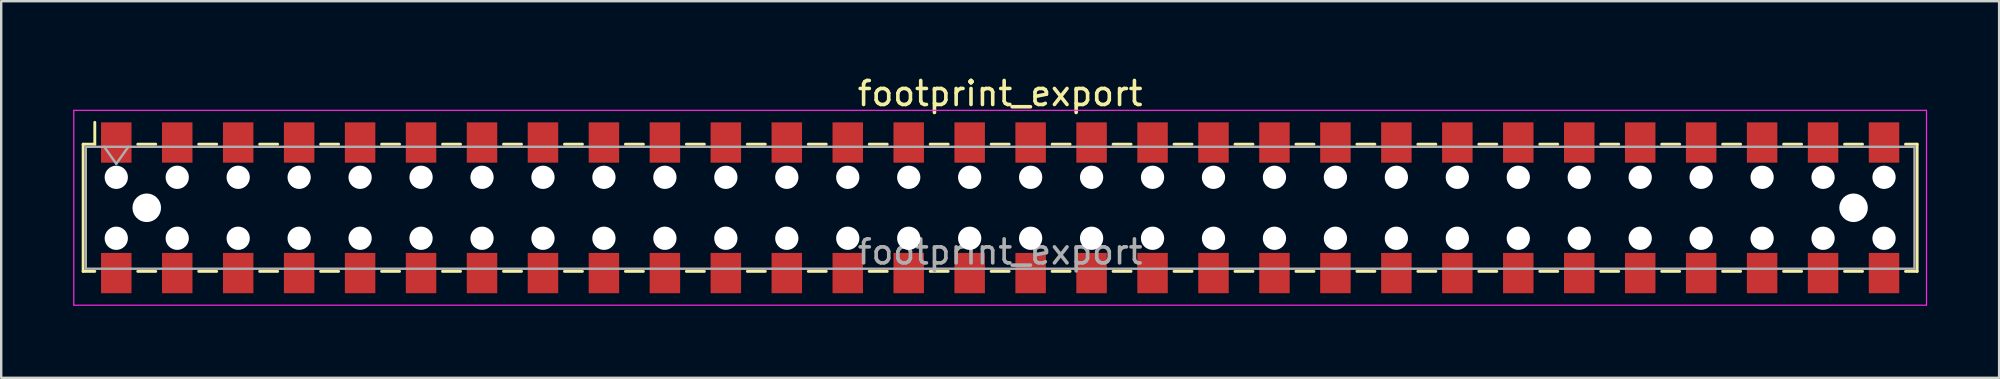
<source format=kicad_pcb>
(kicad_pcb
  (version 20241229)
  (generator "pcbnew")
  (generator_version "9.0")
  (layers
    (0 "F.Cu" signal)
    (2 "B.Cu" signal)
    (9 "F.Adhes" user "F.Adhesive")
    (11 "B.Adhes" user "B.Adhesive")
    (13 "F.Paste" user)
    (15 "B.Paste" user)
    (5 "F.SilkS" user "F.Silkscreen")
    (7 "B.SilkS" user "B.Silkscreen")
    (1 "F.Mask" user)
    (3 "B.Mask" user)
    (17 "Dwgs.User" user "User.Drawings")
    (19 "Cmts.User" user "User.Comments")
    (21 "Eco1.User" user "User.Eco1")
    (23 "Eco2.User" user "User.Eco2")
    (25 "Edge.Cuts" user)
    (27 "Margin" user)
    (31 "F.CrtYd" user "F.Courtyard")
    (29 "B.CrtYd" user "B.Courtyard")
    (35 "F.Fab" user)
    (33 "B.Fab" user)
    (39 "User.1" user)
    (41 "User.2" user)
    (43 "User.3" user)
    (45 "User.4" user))
  (footprint "footprint_export"
    (layer "F.Cu")
    (at 38.625 5.608)
    (property "Reference" "footprint_export" (at 0 -4.76 0) (layer "F.SilkS") (effects (font (size 1 1) (thickness 0.15))))
    (attr smd)
    (fp_line (start -38.21 -2.65) (end -38.21 2.65) (stroke (width 0.12) (type solid)) (layer "F.SilkS"))
    (fp_line (start -38.21 2.65) (end -37.725 2.65) (stroke (width 0.12) (type solid)) (layer "F.SilkS"))
    (fp_line (start -37.725 -3.56) (end -37.725 -2.65) (stroke (width 0.12) (type solid)) (layer "F.SilkS"))
    (fp_line (start -37.725 -2.65) (end -38.21 -2.65) (stroke (width 0.12) (type solid)) (layer "F.SilkS"))
    (fp_line (start -35.935 -2.65) (end -35.185 -2.65) (stroke (width 0.12) (type solid)) (layer "F.SilkS"))
    (fp_line (start -35.935 2.65) (end -35.185 2.65) (stroke (width 0.12) (type solid)) (layer "F.SilkS"))
    (fp_line (start -33.395 -2.65) (end -32.645 -2.65) (stroke (width 0.12) (type solid)) (layer "F.SilkS"))
    (fp_line (start -33.395 2.65) (end -32.645 2.65) (stroke (width 0.12) (type solid)) (layer "F.SilkS"))
    (fp_line (start -30.855 -2.65) (end -30.105 -2.65) (stroke (width 0.12) (type solid)) (layer "F.SilkS"))
    (fp_line (start -30.855 2.65) (end -30.105 2.65) (stroke (width 0.12) (type solid)) (layer "F.SilkS"))
    (fp_line (start -28.315 -2.65) (end -27.565 -2.65) (stroke (width 0.12) (type solid)) (layer "F.SilkS"))
    (fp_line (start -28.315 2.65) (end -27.565 2.65) (stroke (width 0.12) (type solid)) (layer "F.SilkS"))
    (fp_line (start -25.775 -2.65) (end -25.025 -2.65) (stroke (width 0.12) (type solid)) (layer "F.SilkS"))
    (fp_line (start -25.775 2.65) (end -25.025 2.65) (stroke (width 0.12) (type solid)) (layer "F.SilkS"))
    (fp_line (start -23.235 -2.65) (end -22.485 -2.65) (stroke (width 0.12) (type solid)) (layer "F.SilkS"))
    (fp_line (start -23.235 2.65) (end -22.485 2.65) (stroke (width 0.12) (type solid)) (layer "F.SilkS"))
    (fp_line (start -20.695 -2.65) (end -19.945 -2.65) (stroke (width 0.12) (type solid)) (layer "F.SilkS"))
    (fp_line (start -20.695 2.65) (end -19.945 2.65) (stroke (width 0.12) (type solid)) (layer "F.SilkS"))
    (fp_line (start -18.155 -2.65) (end -17.405 -2.65) (stroke (width 0.12) (type solid)) (layer "F.SilkS"))
    (fp_line (start -18.155 2.65) (end -17.405 2.65) (stroke (width 0.12) (type solid)) (layer "F.SilkS"))
    (fp_line (start -15.615 -2.65) (end -14.865 -2.65) (stroke (width 0.12) (type solid)) (layer "F.SilkS"))
    (fp_line (start -15.615 2.65) (end -14.865 2.65) (stroke (width 0.12) (type solid)) (layer "F.SilkS"))
    (fp_line (start -13.075 -2.65) (end -12.325 -2.65) (stroke (width 0.12) (type solid)) (layer "F.SilkS"))
    (fp_line (start -13.075 2.65) (end -12.325 2.65) (stroke (width 0.12) (type solid)) (layer "F.SilkS"))
    (fp_line (start -10.535 -2.65) (end -9.785 -2.65) (stroke (width 0.12) (type solid)) (layer "F.SilkS"))
    (fp_line (start -10.535 2.65) (end -9.785 2.65) (stroke (width 0.12) (type solid)) (layer "F.SilkS"))
    (fp_line (start -7.995 -2.65) (end -7.245 -2.65) (stroke (width 0.12) (type solid)) (layer "F.SilkS"))
    (fp_line (start -7.995 2.65) (end -7.245 2.65) (stroke (width 0.12) (type solid)) (layer "F.SilkS"))
    (fp_line (start -5.455 -2.65) (end -4.705 -2.65) (stroke (width 0.12) (type solid)) (layer "F.SilkS"))
    (fp_line (start -5.455 2.65) (end -4.705 2.65) (stroke (width 0.12) (type solid)) (layer "F.SilkS"))
    (fp_line (start -2.915 -2.65) (end -2.165 -2.65) (stroke (width 0.12) (type solid)) (layer "F.SilkS"))
    (fp_line (start -2.915 2.65) (end -2.165 2.65) (stroke (width 0.12) (type solid)) (layer "F.SilkS"))
    (fp_line (start -0.375 -2.65) (end 0.375 -2.65) (stroke (width 0.12) (type solid)) (layer "F.SilkS"))
    (fp_line (start -0.375 2.65) (end 0.375 2.65) (stroke (width 0.12) (type solid)) (layer "F.SilkS"))
    (fp_line (start 2.165 -2.65) (end 2.915 -2.65) (stroke (width 0.12) (type solid)) (layer "F.SilkS"))
    (fp_line (start 2.165 2.65) (end 2.915 2.65) (stroke (width 0.12) (type solid)) (layer "F.SilkS"))
    (fp_line (start 4.705 -2.65) (end 5.455 -2.65) (stroke (width 0.12) (type solid)) (layer "F.SilkS"))
    (fp_line (start 4.705 2.65) (end 5.455 2.65) (stroke (width 0.12) (type solid)) (layer "F.SilkS"))
    (fp_line (start 7.245 -2.65) (end 7.995 -2.65) (stroke (width 0.12) (type solid)) (layer "F.SilkS"))
    (fp_line (start 7.245 2.65) (end 7.995 2.65) (stroke (width 0.12) (type solid)) (layer "F.SilkS"))
    (fp_line (start 9.785 -2.65) (end 10.535 -2.65) (stroke (width 0.12) (type solid)) (layer "F.SilkS"))
    (fp_line (start 9.785 2.65) (end 10.535 2.65) (stroke (width 0.12) (type solid)) (layer "F.SilkS"))
    (fp_line (start 12.325 -2.65) (end 13.075 -2.65) (stroke (width 0.12) (type solid)) (layer "F.SilkS"))
    (fp_line (start 12.325 2.65) (end 13.075 2.65) (stroke (width 0.12) (type solid)) (layer "F.SilkS"))
    (fp_line (start 14.865 -2.65) (end 15.615 -2.65) (stroke (width 0.12) (type solid)) (layer "F.SilkS"))
    (fp_line (start 14.865 2.65) (end 15.615 2.65) (stroke (width 0.12) (type solid)) (layer "F.SilkS"))
    (fp_line (start 17.405 -2.65) (end 18.155 -2.65) (stroke (width 0.12) (type solid)) (layer "F.SilkS"))
    (fp_line (start 17.405 2.65) (end 18.155 2.65) (stroke (width 0.12) (type solid)) (layer "F.SilkS"))
    (fp_line (start 19.945 -2.65) (end 20.695 -2.65) (stroke (width 0.12) (type solid)) (layer "F.SilkS"))
    (fp_line (start 19.945 2.65) (end 20.695 2.65) (stroke (width 0.12) (type solid)) (layer "F.SilkS"))
    (fp_line (start 22.485 -2.65) (end 23.235 -2.65) (stroke (width 0.12) (type solid)) (layer "F.SilkS"))
    (fp_line (start 22.485 2.65) (end 23.235 2.65) (stroke (width 0.12) (type solid)) (layer "F.SilkS"))
    (fp_line (start 25.025 -2.65) (end 25.775 -2.65) (stroke (width 0.12) (type solid)) (layer "F.SilkS"))
    (fp_line (start 25.025 2.65) (end 25.775 2.65) (stroke (width 0.12) (type solid)) (layer "F.SilkS"))
    (fp_line (start 27.565 -2.65) (end 28.315 -2.65) (stroke (width 0.12) (type solid)) (layer "F.SilkS"))
    (fp_line (start 27.565 2.65) (end 28.315 2.65) (stroke (width 0.12) (type solid)) (layer "F.SilkS"))
    (fp_line (start 30.105 -2.65) (end 30.855 -2.65) (stroke (width 0.12) (type solid)) (layer "F.SilkS"))
    (fp_line (start 30.105 2.65) (end 30.855 2.65) (stroke (width 0.12) (type solid)) (layer "F.SilkS"))
    (fp_line (start 32.645 -2.65) (end 33.395 -2.65) (stroke (width 0.12) (type solid)) (layer "F.SilkS"))
    (fp_line (start 32.645 2.65) (end 33.395 2.65) (stroke (width 0.12) (type solid)) (layer "F.SilkS"))
    (fp_line (start 35.185 -2.65) (end 35.935 -2.65) (stroke (width 0.12) (type solid)) (layer "F.SilkS"))
    (fp_line (start 35.185 2.65) (end 35.935 2.65) (stroke (width 0.12) (type solid)) (layer "F.SilkS"))
    (fp_line (start 37.725 -2.65) (end 38.21 -2.65) (stroke (width 0.12) (type solid)) (layer "F.SilkS"))
    (fp_line (start 38.21 -2.65) (end 38.21 2.65) (stroke (width 0.12) (type solid)) (layer "F.SilkS"))
    (fp_line (start 38.21 2.65) (end 37.725 2.65) (stroke (width 0.12) (type solid)) (layer "F.SilkS"))
    (fp_line (start -38.6 -4.06) (end 38.6 -4.06) (stroke (width 0.05) (type solid)) (layer "F.CrtYd"))
    (fp_line (start -38.6 4.06) (end -38.6 -4.06) (stroke (width 0.05) (type solid)) (layer "F.CrtYd"))
    (fp_line (start 38.6 -4.06) (end 38.6 4.06) (stroke (width 0.05) (type solid)) (layer "F.CrtYd"))
    (fp_line (start 38.6 4.06) (end -38.6 4.06) (stroke (width 0.05) (type solid)) (layer "F.CrtYd"))
    (fp_line (start -38.1 -2.54) (end 38.1 -2.54) (stroke (width 0.1) (type solid)) (layer "F.Fab"))
    (fp_line (start -38.1 2.54) (end -38.1 -2.54) (stroke (width 0.1) (type solid)) (layer "F.Fab"))
    (fp_line (start -37.33 -2.54) (end -36.83 -1.833) (stroke (width 0.1) (type solid)) (layer "F.Fab"))
    (fp_line (start -36.83 -1.833) (end -36.33 -2.54) (stroke (width 0.1) (type solid)) (layer "F.Fab"))
    (fp_line (start 38.1 -2.54) (end 38.1 2.54) (stroke (width 0.1) (type solid)) (layer "F.Fab"))
    (fp_line (start 38.1 2.54) (end -38.1 2.54) (stroke (width 0.1) (type solid)) (layer "F.Fab"))
    (fp_text user "${REFERENCE}" (at 0 1.84 0) (layer "F.Fab") (effects (font (size 1 1) (thickness 0.15))))
    (pad "" np_thru_hole circle (at -36.83 -1.27) (size 0.97 0.97) (drill 0.97) (layers "*.Cu" "*.Mask"))
    (pad "" np_thru_hole circle (at -36.83 1.27) (size 0.97 0.97) (drill 0.97) (layers "*.Cu" "*.Mask"))
    (pad "" np_thru_hole circle (at -35.56 0) (size 1.19 1.19) (drill 1.19) (layers "*.Cu" "*.Mask"))
    (pad "" np_thru_hole circle (at -34.29 -1.27) (size 0.97 0.97) (drill 0.97) (layers "*.Cu" "*.Mask"))
    (pad "" np_thru_hole circle (at -34.29 1.27) (size 0.97 0.97) (drill 0.97) (layers "*.Cu" "*.Mask"))
    (pad "" np_thru_hole circle (at -31.75 -1.27) (size 0.97 0.97) (drill 0.97) (layers "*.Cu" "*.Mask"))
    (pad "" np_thru_hole circle (at -31.75 1.27) (size 0.97 0.97) (drill 0.97) (layers "*.Cu" "*.Mask"))
    (pad "" np_thru_hole circle (at -29.21 -1.27) (size 0.97 0.97) (drill 0.97) (layers "*.Cu" "*.Mask"))
    (pad "" np_thru_hole circle (at -29.21 1.27) (size 0.97 0.97) (drill 0.97) (layers "*.Cu" "*.Mask"))
    (pad "" np_thru_hole circle (at -26.67 -1.27) (size 0.97 0.97) (drill 0.97) (layers "*.Cu" "*.Mask"))
    (pad "" np_thru_hole circle (at -26.67 1.27) (size 0.97 0.97) (drill 0.97) (layers "*.Cu" "*.Mask"))
    (pad "" np_thru_hole circle (at -24.13 -1.27) (size 0.97 0.97) (drill 0.97) (layers "*.Cu" "*.Mask"))
    (pad "" np_thru_hole circle (at -24.13 1.27) (size 0.97 0.97) (drill 0.97) (layers "*.Cu" "*.Mask"))
    (pad "" np_thru_hole circle (at -21.59 -1.27) (size 0.97 0.97) (drill 0.97) (layers "*.Cu" "*.Mask"))
    (pad "" np_thru_hole circle (at -21.59 1.27) (size 0.97 0.97) (drill 0.97) (layers "*.Cu" "*.Mask"))
    (pad "" np_thru_hole circle (at -19.05 -1.27) (size 0.97 0.97) (drill 0.97) (layers "*.Cu" "*.Mask"))
    (pad "" np_thru_hole circle (at -19.05 1.27) (size 0.97 0.97) (drill 0.97) (layers "*.Cu" "*.Mask"))
    (pad "" np_thru_hole circle (at -16.51 -1.27) (size 0.97 0.97) (drill 0.97) (layers "*.Cu" "*.Mask"))
    (pad "" np_thru_hole circle (at -16.51 1.27) (size 0.97 0.97) (drill 0.97) (layers "*.Cu" "*.Mask"))
    (pad "" np_thru_hole circle (at -13.97 -1.27) (size 0.97 0.97) (drill 0.97) (layers "*.Cu" "*.Mask"))
    (pad "" np_thru_hole circle (at -13.97 1.27) (size 0.97 0.97) (drill 0.97) (layers "*.Cu" "*.Mask"))
    (pad "" np_thru_hole circle (at -11.43 -1.27) (size 0.97 0.97) (drill 0.97) (layers "*.Cu" "*.Mask"))
    (pad "" np_thru_hole circle (at -11.43 1.27) (size 0.97 0.97) (drill 0.97) (layers "*.Cu" "*.Mask"))
    (pad "" np_thru_hole circle (at -8.89 -1.27) (size 0.97 0.97) (drill 0.97) (layers "*.Cu" "*.Mask"))
    (pad "" np_thru_hole circle (at -8.89 1.27) (size 0.97 0.97) (drill 0.97) (layers "*.Cu" "*.Mask"))
    (pad "" np_thru_hole circle (at -6.35 -1.27) (size 0.97 0.97) (drill 0.97) (layers "*.Cu" "*.Mask"))
    (pad "" np_thru_hole circle (at -6.35 1.27) (size 0.97 0.97) (drill 0.97) (layers "*.Cu" "*.Mask"))
    (pad "" np_thru_hole circle (at -3.81 -1.27) (size 0.97 0.97) (drill 0.97) (layers "*.Cu" "*.Mask"))
    (pad "" np_thru_hole circle (at -3.81 1.27) (size 0.97 0.97) (drill 0.97) (layers "*.Cu" "*.Mask"))
    (pad "" np_thru_hole circle (at -1.27 -1.27) (size 0.97 0.97) (drill 0.97) (layers "*.Cu" "*.Mask"))
    (pad "" np_thru_hole circle (at -1.27 1.27) (size 0.97 0.97) (drill 0.97) (layers "*.Cu" "*.Mask"))
    (pad "" np_thru_hole circle (at 1.27 -1.27) (size 0.97 0.97) (drill 0.97) (layers "*.Cu" "*.Mask"))
    (pad "" np_thru_hole circle (at 1.27 1.27) (size 0.97 0.97) (drill 0.97) (layers "*.Cu" "*.Mask"))
    (pad "" np_thru_hole circle (at 3.81 -1.27) (size 0.97 0.97) (drill 0.97) (layers "*.Cu" "*.Mask"))
    (pad "" np_thru_hole circle (at 3.81 1.27) (size 0.97 0.97) (drill 0.97) (layers "*.Cu" "*.Mask"))
    (pad "" np_thru_hole circle (at 6.35 -1.27) (size 0.97 0.97) (drill 0.97) (layers "*.Cu" "*.Mask"))
    (pad "" np_thru_hole circle (at 6.35 1.27) (size 0.97 0.97) (drill 0.97) (layers "*.Cu" "*.Mask"))
    (pad "" np_thru_hole circle (at 8.89 -1.27) (size 0.97 0.97) (drill 0.97) (layers "*.Cu" "*.Mask"))
    (pad "" np_thru_hole circle (at 8.89 1.27) (size 0.97 0.97) (drill 0.97) (layers "*.Cu" "*.Mask"))
    (pad "" np_thru_hole circle (at 11.43 -1.27) (size 0.97 0.97) (drill 0.97) (layers "*.Cu" "*.Mask"))
    (pad "" np_thru_hole circle (at 11.43 1.27) (size 0.97 0.97) (drill 0.97) (layers "*.Cu" "*.Mask"))
    (pad "" np_thru_hole circle (at 13.97 -1.27) (size 0.97 0.97) (drill 0.97) (layers "*.Cu" "*.Mask"))
    (pad "" np_thru_hole circle (at 13.97 1.27) (size 0.97 0.97) (drill 0.97) (layers "*.Cu" "*.Mask"))
    (pad "" np_thru_hole circle (at 16.51 -1.27) (size 0.97 0.97) (drill 0.97) (layers "*.Cu" "*.Mask"))
    (pad "" np_thru_hole circle (at 16.51 1.27) (size 0.97 0.97) (drill 0.97) (layers "*.Cu" "*.Mask"))
    (pad "" np_thru_hole circle (at 19.05 -1.27) (size 0.97 0.97) (drill 0.97) (layers "*.Cu" "*.Mask"))
    (pad "" np_thru_hole circle (at 19.05 1.27) (size 0.97 0.97) (drill 0.97) (layers "*.Cu" "*.Mask"))
    (pad "" np_thru_hole circle (at 21.59 -1.27) (size 0.97 0.97) (drill 0.97) (layers "*.Cu" "*.Mask"))
    (pad "" np_thru_hole circle (at 21.59 1.27) (size 0.97 0.97) (drill 0.97) (layers "*.Cu" "*.Mask"))
    (pad "" np_thru_hole circle (at 24.13 -1.27) (size 0.97 0.97) (drill 0.97) (layers "*.Cu" "*.Mask"))
    (pad "" np_thru_hole circle (at 24.13 1.27) (size 0.97 0.97) (drill 0.97) (layers "*.Cu" "*.Mask"))
    (pad "" np_thru_hole circle (at 26.67 -1.27) (size 0.97 0.97) (drill 0.97) (layers "*.Cu" "*.Mask"))
    (pad "" np_thru_hole circle (at 26.67 1.27) (size 0.97 0.97) (drill 0.97) (layers "*.Cu" "*.Mask"))
    (pad "" np_thru_hole circle (at 29.21 -1.27) (size 0.97 0.97) (drill 0.97) (layers "*.Cu" "*.Mask"))
    (pad "" np_thru_hole circle (at 29.21 1.27) (size 0.97 0.97) (drill 0.97) (layers "*.Cu" "*.Mask"))
    (pad "" np_thru_hole circle (at 31.75 -1.27) (size 0.97 0.97) (drill 0.97) (layers "*.Cu" "*.Mask"))
    (pad "" np_thru_hole circle (at 31.75 1.27) (size 0.97 0.97) (drill 0.97) (layers "*.Cu" "*.Mask"))
    (pad "" np_thru_hole circle (at 34.29 -1.27) (size 0.97 0.97) (drill 0.97) (layers "*.Cu" "*.Mask"))
    (pad "" np_thru_hole circle (at 34.29 1.27) (size 0.97 0.97) (drill 0.97) (layers "*.Cu" "*.Mask"))
    (pad "" np_thru_hole circle (at 35.56 0) (size 1.19 1.19) (drill 1.19) (layers "*.Cu" "*.Mask"))
    (pad "" np_thru_hole circle (at 36.83 -1.27) (size 0.97 0.97) (drill 0.97) (layers "*.Cu" "*.Mask"))
    (pad "" np_thru_hole circle (at 36.83 1.27) (size 0.97 0.97) (drill 0.97) (layers "*.Cu" "*.Mask"))
    (pad "1" smd rect (at -36.83 -2.72) (size 1.27 1.68) (layers "F.Cu" "F.Mask" "F.Paste"))
    (pad "2" smd rect (at -36.83 2.72) (size 1.27 1.68) (layers "F.Cu" "F.Mask" "F.Paste"))
    (pad "3" smd rect (at -34.29 -2.72) (size 1.27 1.68) (layers "F.Cu" "F.Mask" "F.Paste"))
    (pad "4" smd rect (at -34.29 2.72) (size 1.27 1.68) (layers "F.Cu" "F.Mask" "F.Paste"))
    (pad "5" smd rect (at -31.75 -2.72) (size 1.27 1.68) (layers "F.Cu" "F.Mask" "F.Paste"))
    (pad "6" smd rect (at -31.75 2.72) (size 1.27 1.68) (layers "F.Cu" "F.Mask" "F.Paste"))
    (pad "7" smd rect (at -29.21 -2.72) (size 1.27 1.68) (layers "F.Cu" "F.Mask" "F.Paste"))
    (pad "8" smd rect (at -29.21 2.72) (size 1.27 1.68) (layers "F.Cu" "F.Mask" "F.Paste"))
    (pad "9" smd rect (at -26.67 -2.72) (size 1.27 1.68) (layers "F.Cu" "F.Mask" "F.Paste"))
    (pad "10" smd rect (at -26.67 2.72) (size 1.27 1.68) (layers "F.Cu" "F.Mask" "F.Paste"))
    (pad "11" smd rect (at -24.13 -2.72) (size 1.27 1.68) (layers "F.Cu" "F.Mask" "F.Paste"))
    (pad "12" smd rect (at -24.13 2.72) (size 1.27 1.68) (layers "F.Cu" "F.Mask" "F.Paste"))
    (pad "13" smd rect (at -21.59 -2.72) (size 1.27 1.68) (layers "F.Cu" "F.Mask" "F.Paste"))
    (pad "14" smd rect (at -21.59 2.72) (size 1.27 1.68) (layers "F.Cu" "F.Mask" "F.Paste"))
    (pad "15" smd rect (at -19.05 -2.72) (size 1.27 1.68) (layers "F.Cu" "F.Mask" "F.Paste"))
    (pad "16" smd rect (at -19.05 2.72) (size 1.27 1.68) (layers "F.Cu" "F.Mask" "F.Paste"))
    (pad "17" smd rect (at -16.51 -2.72) (size 1.27 1.68) (layers "F.Cu" "F.Mask" "F.Paste"))
    (pad "18" smd rect (at -16.51 2.72) (size 1.27 1.68) (layers "F.Cu" "F.Mask" "F.Paste"))
    (pad "19" smd rect (at -13.97 -2.72) (size 1.27 1.68) (layers "F.Cu" "F.Mask" "F.Paste"))
    (pad "20" smd rect (at -13.97 2.72) (size 1.27 1.68) (layers "F.Cu" "F.Mask" "F.Paste"))
    (pad "21" smd rect (at -11.43 -2.72) (size 1.27 1.68) (layers "F.Cu" "F.Mask" "F.Paste"))
    (pad "22" smd rect (at -11.43 2.72) (size 1.27 1.68) (layers "F.Cu" "F.Mask" "F.Paste"))
    (pad "23" smd rect (at -8.89 -2.72) (size 1.27 1.68) (layers "F.Cu" "F.Mask" "F.Paste"))
    (pad "24" smd rect (at -8.89 2.72) (size 1.27 1.68) (layers "F.Cu" "F.Mask" "F.Paste"))
    (pad "25" smd rect (at -6.35 -2.72) (size 1.27 1.68) (layers "F.Cu" "F.Mask" "F.Paste"))
    (pad "26" smd rect (at -6.35 2.72) (size 1.27 1.68) (layers "F.Cu" "F.Mask" "F.Paste"))
    (pad "27" smd rect (at -3.81 -2.72) (size 1.27 1.68) (layers "F.Cu" "F.Mask" "F.Paste"))
    (pad "28" smd rect (at -3.81 2.72) (size 1.27 1.68) (layers "F.Cu" "F.Mask" "F.Paste"))
    (pad "29" smd rect (at -1.27 -2.72) (size 1.27 1.68) (layers "F.Cu" "F.Mask" "F.Paste"))
    (pad "30" smd rect (at -1.27 2.72) (size 1.27 1.68) (layers "F.Cu" "F.Mask" "F.Paste"))
    (pad "31" smd rect (at 1.27 -2.72) (size 1.27 1.68) (layers "F.Cu" "F.Mask" "F.Paste"))
    (pad "32" smd rect (at 1.27 2.72) (size 1.27 1.68) (layers "F.Cu" "F.Mask" "F.Paste"))
    (pad "33" smd rect (at 3.81 -2.72) (size 1.27 1.68) (layers "F.Cu" "F.Mask" "F.Paste"))
    (pad "34" smd rect (at 3.81 2.72) (size 1.27 1.68) (layers "F.Cu" "F.Mask" "F.Paste"))
    (pad "35" smd rect (at 6.35 -2.72) (size 1.27 1.68) (layers "F.Cu" "F.Mask" "F.Paste"))
    (pad "36" smd rect (at 6.35 2.72) (size 1.27 1.68) (layers "F.Cu" "F.Mask" "F.Paste"))
    (pad "37" smd rect (at 8.89 -2.72) (size 1.27 1.68) (layers "F.Cu" "F.Mask" "F.Paste"))
    (pad "38" smd rect (at 8.89 2.72) (size 1.27 1.68) (layers "F.Cu" "F.Mask" "F.Paste"))
    (pad "39" smd rect (at 11.43 -2.72) (size 1.27 1.68) (layers "F.Cu" "F.Mask" "F.Paste"))
    (pad "40" smd rect (at 11.43 2.72) (size 1.27 1.68) (layers "F.Cu" "F.Mask" "F.Paste"))
    (pad "41" smd rect (at 13.97 -2.72) (size 1.27 1.68) (layers "F.Cu" "F.Mask" "F.Paste"))
    (pad "42" smd rect (at 13.97 2.72) (size 1.27 1.68) (layers "F.Cu" "F.Mask" "F.Paste"))
    (pad "43" smd rect (at 16.51 -2.72) (size 1.27 1.68) (layers "F.Cu" "F.Mask" "F.Paste"))
    (pad "44" smd rect (at 16.51 2.72) (size 1.27 1.68) (layers "F.Cu" "F.Mask" "F.Paste"))
    (pad "45" smd rect (at 19.05 -2.72) (size 1.27 1.68) (layers "F.Cu" "F.Mask" "F.Paste"))
    (pad "46" smd rect (at 19.05 2.72) (size 1.27 1.68) (layers "F.Cu" "F.Mask" "F.Paste"))
    (pad "47" smd rect (at 21.59 -2.72) (size 1.27 1.68) (layers "F.Cu" "F.Mask" "F.Paste"))
    (pad "48" smd rect (at 21.59 2.72) (size 1.27 1.68) (layers "F.Cu" "F.Mask" "F.Paste"))
    (pad "49" smd rect (at 24.13 -2.72) (size 1.27 1.68) (layers "F.Cu" "F.Mask" "F.Paste"))
    (pad "50" smd rect (at 24.13 2.72) (size 1.27 1.68) (layers "F.Cu" "F.Mask" "F.Paste"))
    (pad "51" smd rect (at 26.67 -2.72) (size 1.27 1.68) (layers "F.Cu" "F.Mask" "F.Paste"))
    (pad "52" smd rect (at 26.67 2.72) (size 1.27 1.68) (layers "F.Cu" "F.Mask" "F.Paste"))
    (pad "53" smd rect (at 29.21 -2.72) (size 1.27 1.68) (layers "F.Cu" "F.Mask" "F.Paste"))
    (pad "54" smd rect (at 29.21 2.72) (size 1.27 1.68) (layers "F.Cu" "F.Mask" "F.Paste"))
    (pad "55" smd rect (at 31.75 -2.72) (size 1.27 1.68) (layers "F.Cu" "F.Mask" "F.Paste"))
    (pad "56" smd rect (at 31.75 2.72) (size 1.27 1.68) (layers "F.Cu" "F.Mask" "F.Paste"))
    (pad "57" smd rect (at 34.29 -2.72) (size 1.27 1.68) (layers "F.Cu" "F.Mask" "F.Paste"))
    (pad "58" smd rect (at 34.29 2.72) (size 1.27 1.68) (layers "F.Cu" "F.Mask" "F.Paste"))
    (pad "59" smd rect (at 36.83 -2.72) (size 1.27 1.68) (layers "F.Cu" "F.Mask" "F.Paste"))
    (pad "60" smd rect (at 36.83 2.72) (size 1.27 1.68) (layers "F.Cu" "F.Mask" "F.Paste")))
  (gr_rect
    (start -3 -3)
    (end 80.25 12.693)
    (stroke (width 0.1) (type default))
    (fill no)
    (layer "Edge.Cuts")))
</source>
